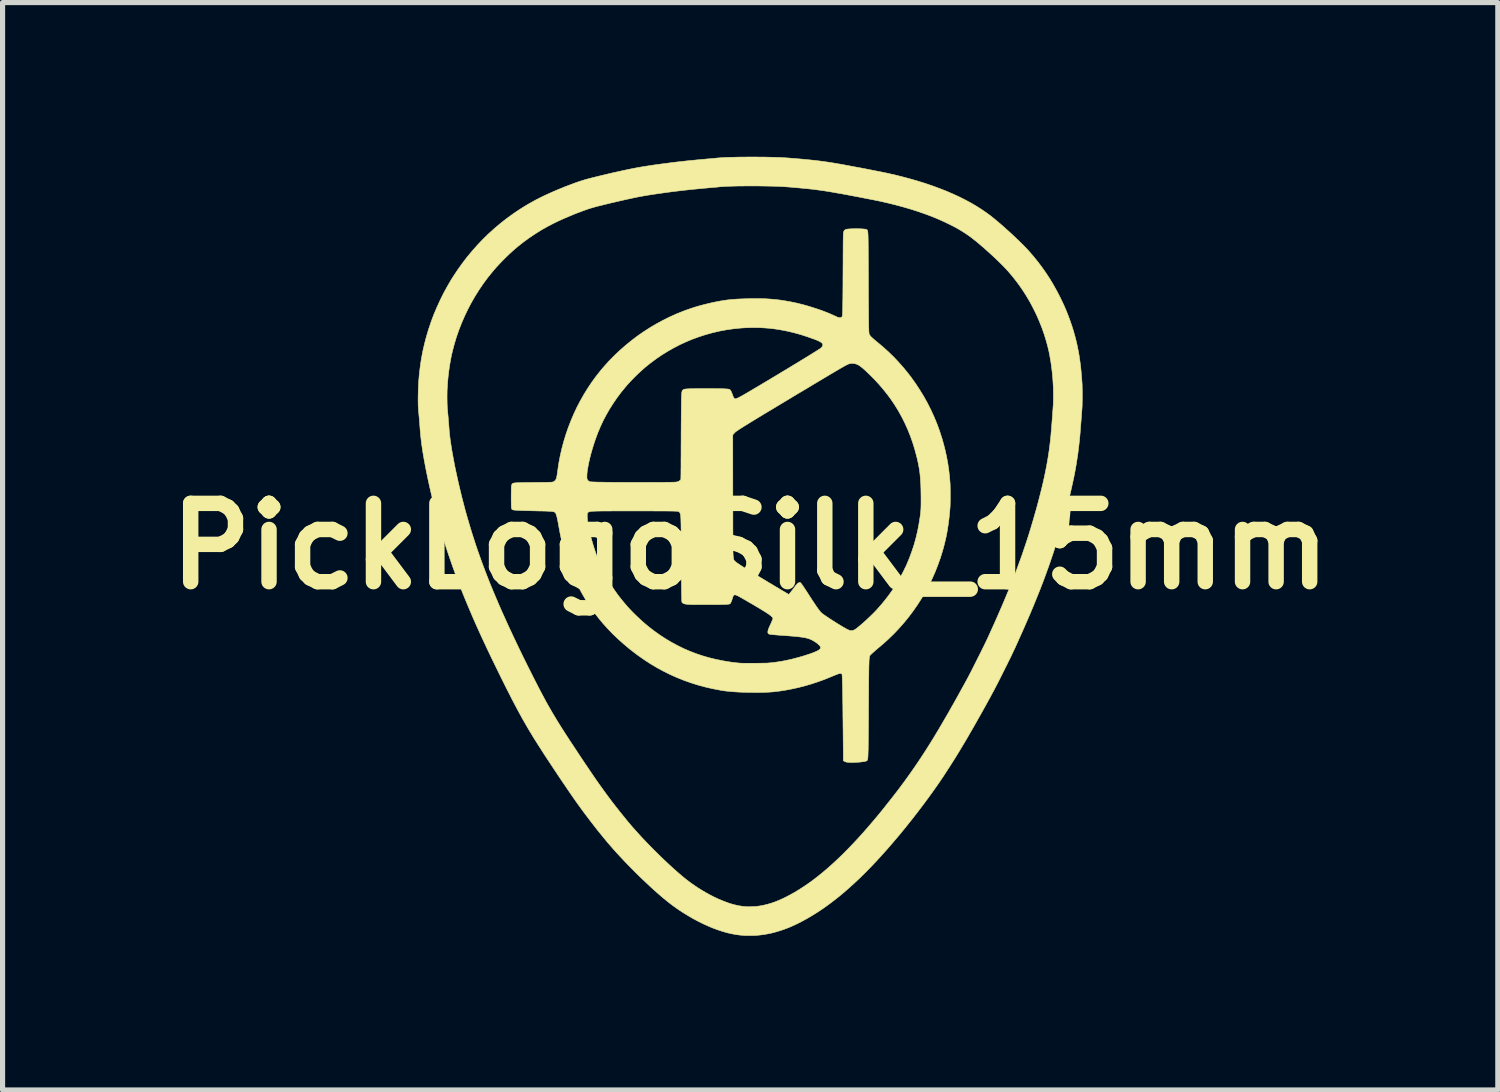
<source format=kicad_pcb>
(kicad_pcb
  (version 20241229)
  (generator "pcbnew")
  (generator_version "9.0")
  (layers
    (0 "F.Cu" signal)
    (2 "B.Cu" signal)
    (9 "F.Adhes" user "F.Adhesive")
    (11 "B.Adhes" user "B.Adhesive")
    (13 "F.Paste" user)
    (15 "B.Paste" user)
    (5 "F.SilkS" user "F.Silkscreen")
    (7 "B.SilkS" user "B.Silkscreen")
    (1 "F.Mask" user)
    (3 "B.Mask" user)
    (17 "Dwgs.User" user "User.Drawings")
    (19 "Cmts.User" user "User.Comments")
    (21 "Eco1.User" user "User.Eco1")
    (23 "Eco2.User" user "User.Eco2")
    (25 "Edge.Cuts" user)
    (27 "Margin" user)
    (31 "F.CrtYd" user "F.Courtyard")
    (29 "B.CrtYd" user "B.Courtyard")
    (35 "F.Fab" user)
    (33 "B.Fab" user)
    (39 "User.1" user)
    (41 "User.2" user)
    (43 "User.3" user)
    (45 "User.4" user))
  (footprint "PickLogoSilk_15mm"
    (layer "F.Cu")
    (at 11.546 7.578)
    (property "Reference" "PickLogoSilk_15mm" (at 0 0 0) (layer "F.SilkS") (effects (font (size 1.524 1.524) (thickness 0.3))))
    (attr through_hole)
    (fp_poly (pts (xy 0.139 -7.573) (xy 0.205 -7.572) (xy 0.27 -7.572) (xy 0.334 -7.571) (xy 0.396 -7.569) (xy 0.455 -7.568) (xy 0.512 -7.566) (xy 0.566 -7.564) (xy 0.58 -7.564) (xy 0.602 -7.563) (xy 0.623 -7.562) (xy 0.643 -7.56) (xy 0.663 -7.559) (xy 0.684 -7.558) (xy 0.706 -7.556) (xy 0.731 -7.555) (xy 0.758 -7.553) (xy 0.79 -7.55) (xy 0.825 -7.547) (xy 0.852 -7.545) (xy 0.913 -7.54) (xy 0.972 -7.535) (xy 1.027 -7.53) (xy 1.08 -7.525) (xy 1.132 -7.52) (xy 1.181 -7.515) (xy 1.23 -7.51) (xy 1.278 -7.505) (xy 1.325 -7.499) (xy 1.372 -7.493) (xy 1.419 -7.487) (xy 1.467 -7.48) (xy 1.516 -7.473) (xy 1.566 -7.465) (xy 1.618 -7.457) (xy 1.672 -7.448) (xy 1.729 -7.438) (xy 1.788 -7.428) (xy 1.85 -7.416) (xy 1.916 -7.404) (xy 1.985 -7.391) (xy 2.059 -7.377) (xy 2.137 -7.363) (xy 2.221 -7.347) (xy 2.282 -7.335) (xy 2.348 -7.322) (xy 2.409 -7.31) (xy 2.465 -7.299) (xy 2.518 -7.289) (xy 2.566 -7.279) (xy 2.612 -7.269) (xy 2.654 -7.261) (xy 2.695 -7.252) (xy 2.733 -7.243) (xy 2.77 -7.235) (xy 2.807 -7.227) (xy 2.843 -7.218) (xy 2.878 -7.209) (xy 2.915 -7.2) (xy 2.952 -7.191) (xy 2.958 -7.189) (xy 3.112 -7.148) (xy 3.261 -7.105) (xy 3.406 -7.06) (xy 3.546 -7.012) (xy 3.682 -6.962) (xy 3.812 -6.911) (xy 3.938 -6.857) (xy 4.06 -6.801) (xy 4.176 -6.743) (xy 4.287 -6.684) (xy 4.393 -6.622) (xy 4.494 -6.558) (xy 4.59 -6.493) (xy 4.681 -6.426) (xy 4.698 -6.412) (xy 4.738 -6.38) (xy 4.782 -6.344) (xy 4.827 -6.306) (xy 4.874 -6.266) (xy 4.922 -6.224) (xy 4.971 -6.18) (xy 5.02 -6.136) (xy 5.069 -6.092) (xy 5.117 -6.047) (xy 5.164 -6.003) (xy 5.21 -5.959) (xy 5.254 -5.917) (xy 5.295 -5.876) (xy 5.333 -5.838) (xy 5.368 -5.802) (xy 5.399 -5.769) (xy 5.408 -5.759) (xy 5.502 -5.651) (xy 5.591 -5.542) (xy 5.675 -5.431) (xy 5.755 -5.317) (xy 5.831 -5.201) (xy 5.903 -5.08) (xy 5.972 -4.956) (xy 6.031 -4.842) (xy 6.071 -4.758) (xy 6.109 -4.678) (xy 6.143 -4.598) (xy 6.176 -4.517) (xy 6.207 -4.434) (xy 6.224 -4.388) (xy 6.257 -4.292) (xy 6.287 -4.198) (xy 6.314 -4.103) (xy 6.339 -4.008) (xy 6.361 -3.913) (xy 6.381 -3.815) (xy 6.399 -3.716) (xy 6.414 -3.614) (xy 6.428 -3.509) (xy 6.439 -3.4) (xy 6.449 -3.287) (xy 6.457 -3.17) (xy 6.458 -3.157) (xy 6.459 -3.138) (xy 6.459 -3.115) (xy 6.46 -3.087) (xy 6.46 -3.057) (xy 6.461 -3.024) (xy 6.461 -2.989) (xy 6.461 -2.953) (xy 6.461 -2.917) (xy 6.461 -2.881) (xy 6.461 -2.846) (xy 6.46 -2.813) (xy 6.46 -2.783) (xy 6.459 -2.756) (xy 6.459 -2.733) (xy 6.458 -2.714) (xy 6.458 -2.712) (xy 6.457 -2.699) (xy 6.456 -2.68) (xy 6.454 -2.657) (xy 6.452 -2.63) (xy 6.45 -2.599) (xy 6.447 -2.566) (xy 6.445 -2.531) (xy 6.442 -2.494) (xy 6.439 -2.456) (xy 6.436 -2.418) (xy 6.433 -2.38) (xy 6.43 -2.343) (xy 6.427 -2.306) (xy 6.425 -2.272) (xy 6.422 -2.24) (xy 6.42 -2.211) (xy 6.418 -2.186) (xy 6.416 -2.165) (xy 6.415 -2.149) (xy 6.404 -2.037) (xy 6.391 -1.925) (xy 6.377 -1.812) (xy 6.36 -1.698) (xy 6.342 -1.582) (xy 6.321 -1.465) (xy 6.298 -1.346) (xy 6.272 -1.224) (xy 6.244 -1.1) (xy 6.214 -0.972) (xy 6.181 -0.841) (xy 6.146 -0.706) (xy 6.108 -0.567) (xy 6.079 -0.464) (xy 6.044 -0.343) (xy 6.008 -0.225) (xy 5.973 -0.109) (xy 5.937 0.006) (xy 5.9 0.119) (xy 5.862 0.232) (xy 5.824 0.344) (xy 5.784 0.456) (xy 5.743 0.569) (xy 5.701 0.682) (xy 5.657 0.797) (xy 5.611 0.913) (xy 5.563 1.031) (xy 5.514 1.152) (xy 5.462 1.276) (xy 5.408 1.402) (xy 5.351 1.533) (xy 5.292 1.668) (xy 5.244 1.774) (xy 5.225 1.817) (xy 5.207 1.858) (xy 5.19 1.895) (xy 5.174 1.93) (xy 5.159 1.963) (xy 5.145 1.994) (xy 5.13 2.024) (xy 5.116 2.054) (xy 5.102 2.084) (xy 5.088 2.114) (xy 5.073 2.146) (xy 5.057 2.178) (xy 5.04 2.213) (xy 5.021 2.25) (xy 5.002 2.29) (xy 4.98 2.333) (xy 4.956 2.381) (xy 4.931 2.432) (xy 4.919 2.455) (xy 4.895 2.504) (xy 4.873 2.547) (xy 4.853 2.587) (xy 4.835 2.623) (xy 4.818 2.656) (xy 4.803 2.686) (xy 4.788 2.713) (xy 4.775 2.739) (xy 4.762 2.764) (xy 4.75 2.787) (xy 4.738 2.811) (xy 4.725 2.834) (xy 4.712 2.857) (xy 4.699 2.882) (xy 4.685 2.908) (xy 4.679 2.92) (xy 4.607 3.05) (xy 4.538 3.175) (xy 4.471 3.295) (xy 4.405 3.411) (xy 4.342 3.523) (xy 4.279 3.631) (xy 4.219 3.736) (xy 4.159 3.837) (xy 4.1 3.935) (xy 4.043 4.03) (xy 3.986 4.122) (xy 3.929 4.212) (xy 3.873 4.3) (xy 3.817 4.386) (xy 3.762 4.471) (xy 3.706 4.554) (xy 3.65 4.636) (xy 3.593 4.717) (xy 3.536 4.797) (xy 3.478 4.877) (xy 3.419 4.957) (xy 3.359 5.038) (xy 3.298 5.118) (xy 3.236 5.199) (xy 3.172 5.282) (xy 3.126 5.34) (xy 3.011 5.484) (xy 2.897 5.623) (xy 2.784 5.756) (xy 2.673 5.885) (xy 2.563 6.008) (xy 2.455 6.126) (xy 2.347 6.24) (xy 2.241 6.348) (xy 2.136 6.452) (xy 2.031 6.55) (xy 1.928 6.644) (xy 1.825 6.734) (xy 1.723 6.819) (xy 1.621 6.899) (xy 1.52 6.975) (xy 1.419 7.047) (xy 1.319 7.114) (xy 1.219 7.177) (xy 1.119 7.236) (xy 1.019 7.291) (xy 0.929 7.338) (xy 0.872 7.365) (xy 0.819 7.389) (xy 0.767 7.412) (xy 0.716 7.432) (xy 0.663 7.452) (xy 0.608 7.471) (xy 0.601 7.473) (xy 0.511 7.501) (xy 0.423 7.525) (xy 0.335 7.543) (xy 0.247 7.558) (xy 0.157 7.568) (xy 0.11 7.572) (xy 0.097 7.573) (xy 0.08 7.573) (xy 0.059 7.574) (xy 0.035 7.574) (xy 0.01 7.574) (xy -0.016 7.574) (xy -0.041 7.574) (xy -0.064 7.574) (xy -0.085 7.574) (xy -0.102 7.573) (xy -0.113 7.573) (xy -0.197 7.566) (xy -0.281 7.555) (xy -0.364 7.539) (xy -0.449 7.52) (xy -0.535 7.495) (xy -0.542 7.493) (xy -0.633 7.463) (xy -0.725 7.429) (xy -0.82 7.389) (xy -0.915 7.346) (xy -1.01 7.299) (xy -1.106 7.248) (xy -1.2 7.193) (xy -1.294 7.136) (xy -1.386 7.076) (xy -1.476 7.013) (xy -1.563 6.948) (xy -1.576 6.938) (xy -1.632 6.893) (xy -1.692 6.844) (xy -1.754 6.791) (xy -1.818 6.735) (xy -1.884 6.676) (xy -1.952 6.614) (xy -2.021 6.549) (xy -2.091 6.483) (xy -2.162 6.415) (xy -2.233 6.345) (xy -2.303 6.274) (xy -2.373 6.203) (xy -2.442 6.132) (xy -2.509 6.06) (xy -2.575 5.989) (xy -2.639 5.919) (xy -2.653 5.903) (xy -2.715 5.832) (xy -2.779 5.758) (xy -2.844 5.679) (xy -2.911 5.597) (xy -2.98 5.512) (xy -3.048 5.424) (xy -3.117 5.335) (xy -3.186 5.244) (xy -3.255 5.152) (xy -3.322 5.06) (xy -3.388 4.968) (xy -3.448 4.882) (xy -3.482 4.833) (xy -3.519 4.779) (xy -3.558 4.722) (xy -3.599 4.661) (xy -3.642 4.598) (xy -3.685 4.534) (xy -3.73 4.468) (xy -3.774 4.401) (xy -3.819 4.334) (xy -3.863 4.267) (xy -3.906 4.202) (xy -3.949 4.137) (xy -3.989 4.076) (xy -4.028 4.016) (xy -4.064 3.96) (xy -4.073 3.945) (xy -4.112 3.885) (xy -4.15 3.825) (xy -4.187 3.767) (xy -4.223 3.709) (xy -4.257 3.652) (xy -4.292 3.595) (xy -4.326 3.538) (xy -4.359 3.481) (xy -4.392 3.423) (xy -4.426 3.364) (xy -4.459 3.304) (xy -4.493 3.242) (xy -4.527 3.179) (xy -4.562 3.113) (xy -4.598 3.045) (xy -4.635 2.975) (xy -4.672 2.901) (xy -4.711 2.825) (xy -4.752 2.744) (xy -4.794 2.66) (xy -4.838 2.572) (xy -4.883 2.48) (xy -4.931 2.382) (xy -4.962 2.318) (xy -5.043 2.152) (xy -5.12 1.99) (xy -5.194 1.832) (xy -5.265 1.678) (xy -5.333 1.527) (xy -5.398 1.379) (xy -5.46 1.234) (xy -5.52 1.091) (xy -5.578 0.95) (xy -5.633 0.811) (xy -5.686 0.674) (xy -5.737 0.538) (xy -5.786 0.403) (xy -5.833 0.268) (xy -5.879 0.134) (xy -5.923 0.000242) (xy -5.965 -0.134) (xy -5.984 -0.196) (xy -6.02 -0.315) (xy -6.054 -0.436) (xy -6.088 -0.559) (xy -6.122 -0.684) (xy -6.154 -0.81) (xy -6.185 -0.935) (xy -6.215 -1.061) (xy -6.243 -1.185) (xy -6.27 -1.309) (xy -6.295 -1.43) (xy -6.319 -1.549) (xy -6.34 -1.664) (xy -6.36 -1.776) (xy -6.377 -1.884) (xy -6.385 -1.937) (xy -6.391 -1.98) (xy -6.396 -2.019) (xy -6.401 -2.057) (xy -6.405 -2.093) (xy -6.409 -2.129) (xy -6.413 -2.166) (xy -6.417 -2.205) (xy -6.42 -2.248) (xy -6.424 -2.294) (xy -6.425 -2.31) (xy -6.428 -2.347) (xy -6.43 -2.38) (xy -6.433 -2.411) (xy -6.435 -2.441) (xy -6.438 -2.472) (xy -6.44 -2.503) (xy -6.444 -2.538) (xy -6.447 -2.578) (xy -6.447 -2.578) (xy -6.451 -2.614) (xy -6.453 -2.645) (xy -6.456 -2.674) (xy -6.457 -2.701) (xy -6.459 -2.728) (xy -6.46 -2.754) (xy -6.46 -2.782) (xy -6.461 -2.813) (xy -6.461 -2.847) (xy -6.461 -2.885) (xy -6.461 -2.891) (xy -6.46 -2.932) (xy -5.898 -2.932) (xy -5.898 -2.898) (xy -5.898 -2.864) (xy -5.897 -2.83) (xy -5.897 -2.797) (xy -5.896 -2.766) (xy -5.895 -2.738) (xy -5.894 -2.712) (xy -5.893 -2.692) (xy -5.892 -2.678) (xy -5.884 -2.592) (xy -5.876 -2.509) (xy -5.87 -2.429) (xy -5.866 -2.383) (xy -5.863 -2.343) (xy -5.86 -2.308) (xy -5.858 -2.277) (xy -5.856 -2.249) (xy -5.853 -2.224) (xy -5.851 -2.201) (xy -5.849 -2.179) (xy -5.846 -2.157) (xy -5.844 -2.135) (xy -5.842 -2.118) (xy -5.831 -2.037) (xy -5.818 -1.952) (xy -5.804 -1.862) (xy -5.787 -1.768) (xy -5.769 -1.671) (xy -5.75 -1.571) (xy -5.729 -1.469) (xy -5.706 -1.365) (xy -5.683 -1.259) (xy -5.658 -1.152) (xy -5.632 -1.044) (xy -5.606 -0.936) (xy -5.578 -0.829) (xy -5.55 -0.722) (xy -5.521 -0.617) (xy -5.493 -0.521) (xy -5.457 -0.398) (xy -5.42 -0.276) (xy -5.381 -0.153) (xy -5.341 -0.03) (xy -5.299 0.093) (xy -5.255 0.217) (xy -5.21 0.342) (xy -5.162 0.469) (xy -5.113 0.596) (xy -5.062 0.726) (xy -5.008 0.857) (xy -4.952 0.99) (xy -4.894 1.126) (xy -4.834 1.264) (xy -4.77 1.405) (xy -4.705 1.549) (xy -4.636 1.697) (xy -4.565 1.847) (xy -4.491 2.002) (xy -4.414 2.16) (xy -4.334 2.322) (xy -4.25 2.489) (xy -4.228 2.533) (xy -4.192 2.604) (xy -4.157 2.672) (xy -4.124 2.737) (xy -4.092 2.799) (xy -4.06 2.859) (xy -4.029 2.917) (xy -3.999 2.973) (xy -3.969 3.029) (xy -3.939 3.083) (xy -3.909 3.136) (xy -3.878 3.189) (xy -3.847 3.243) (xy -3.815 3.296) (xy -3.782 3.351) (xy -3.749 3.406) (xy -3.713 3.463) (xy -3.677 3.522) (xy -3.638 3.582) (xy -3.598 3.645) (xy -3.555 3.711) (xy -3.511 3.779) (xy -3.463 3.851) (xy -3.413 3.927) (xy -3.36 4.007) (xy -3.321 4.067) (xy -3.264 4.152) (xy -3.21 4.233) (xy -3.158 4.309) (xy -3.109 4.382) (xy -3.062 4.451) (xy -3.017 4.517) (xy -2.973 4.58) (xy -2.931 4.64) (xy -2.889 4.698) (xy -2.849 4.754) (xy -2.809 4.809) (xy -2.77 4.862) (xy -2.731 4.914) (xy -2.692 4.966) (xy -2.653 5.017) (xy -2.613 5.068) (xy -2.572 5.12) (xy -2.531 5.172) (xy -2.488 5.225) (xy -2.444 5.279) (xy -2.415 5.315) (xy -2.389 5.347) (xy -2.365 5.376) (xy -2.342 5.403) (xy -2.32 5.429) (xy -2.299 5.454) (xy -2.276 5.48) (xy -2.251 5.508) (xy -2.235 5.526) (xy -2.179 5.588) (xy -2.121 5.652) (xy -2.061 5.716) (xy -1.999 5.78) (xy -1.936 5.845) (xy -1.873 5.909) (xy -1.809 5.973) (xy -1.745 6.035) (xy -1.681 6.097) (xy -1.618 6.156) (xy -1.556 6.214) (xy -1.496 6.269) (xy -1.437 6.321) (xy -1.38 6.371) (xy -1.326 6.417) (xy -1.275 6.459) (xy -1.232 6.493) (xy -1.159 6.548) (xy -1.085 6.6) (xy -1.009 6.651) (xy -0.932 6.698) (xy -0.854 6.744) (xy -0.777 6.786) (xy -0.699 6.826) (xy -0.622 6.862) (xy -0.546 6.894) (xy -0.471 6.923) (xy -0.399 6.949) (xy -0.328 6.97) (xy -0.26 6.986) (xy -0.22 6.995) (xy -0.197 6.998) (xy -0.171 7.002) (xy -0.142 7.006) (xy -0.114 7.009) (xy -0.087 7.011) (xy -0.08 7.011) (xy -0.069 7.012) (xy -0.054 7.012) (xy -0.035 7.012) (xy -0.013 7.012) (xy 0.01 7.012) (xy 0.033 7.011) (xy 0.055 7.01) (xy 0.076 7.01) (xy 0.094 7.009) (xy 0.108 7.008) (xy 0.114 7.008) (xy 0.189 6.998) (xy 0.262 6.984) (xy 0.336 6.966) (xy 0.409 6.945) (xy 0.484 6.919) (xy 0.56 6.888) (xy 0.638 6.853) (xy 0.686 6.83) (xy 0.776 6.783) (xy 0.866 6.733) (xy 0.956 6.678) (xy 1.047 6.619) (xy 1.139 6.556) (xy 1.231 6.489) (xy 1.323 6.418) (xy 1.417 6.342) (xy 1.511 6.262) (xy 1.606 6.177) (xy 1.702 6.088) (xy 1.8 5.994) (xy 1.898 5.895) (xy 1.997 5.792) (xy 2.098 5.684) (xy 2.2 5.571) (xy 2.303 5.453) (xy 2.408 5.33) (xy 2.515 5.202) (xy 2.622 5.069) (xy 2.732 4.93) (xy 2.832 4.802) (xy 2.891 4.725) (xy 2.948 4.648) (xy 3.005 4.572) (xy 3.06 4.495) (xy 3.116 4.417) (xy 3.17 4.339) (xy 3.225 4.26) (xy 3.279 4.18) (xy 3.333 4.098) (xy 3.388 4.014) (xy 3.443 3.929) (xy 3.498 3.841) (xy 3.554 3.751) (xy 3.61 3.658) (xy 3.668 3.562) (xy 3.726 3.463) (xy 3.786 3.36) (xy 3.848 3.254) (xy 3.91 3.144) (xy 3.975 3.03) (xy 4.041 2.911) (xy 4.109 2.788) (xy 4.18 2.659) (xy 4.183 2.653) (xy 4.198 2.626) (xy 4.212 2.6) (xy 4.226 2.575) (xy 4.239 2.55) (xy 4.252 2.525) (xy 4.265 2.5) (xy 4.279 2.473) (xy 4.294 2.445) (xy 4.309 2.415) (xy 4.325 2.383) (xy 4.343 2.348) (xy 4.362 2.31) (xy 4.383 2.269) (xy 4.406 2.223) (xy 4.431 2.172) (xy 4.437 2.162) (xy 4.461 2.113) (xy 4.484 2.068) (xy 4.504 2.027) (xy 4.522 1.99) (xy 4.539 1.957) (xy 4.554 1.926) (xy 4.568 1.897) (xy 4.581 1.871) (xy 4.593 1.845) (xy 4.604 1.821) (xy 4.616 1.797) (xy 4.627 1.774) (xy 4.638 1.749) (xy 4.649 1.724) (xy 4.661 1.698) (xy 4.667 1.685) (xy 4.729 1.548) (xy 4.788 1.416) (xy 4.844 1.288) (xy 4.898 1.164) (xy 4.949 1.044) (xy 4.998 0.926) (xy 5.046 0.811) (xy 5.091 0.698) (xy 5.134 0.588) (xy 5.176 0.479) (xy 5.216 0.371) (xy 5.255 0.264) (xy 5.293 0.158) (xy 5.329 0.051) (xy 5.365 -0.055) (xy 5.4 -0.162) (xy 5.434 -0.27) (xy 5.467 -0.379) (xy 5.5 -0.49) (xy 5.533 -0.603) (xy 5.534 -0.608) (xy 5.572 -0.74) (xy 5.606 -0.868) (xy 5.638 -0.991) (xy 5.668 -1.11) (xy 5.696 -1.226) (xy 5.721 -1.338) (xy 5.744 -1.447) (xy 5.765 -1.554) (xy 5.784 -1.658) (xy 5.801 -1.761) (xy 5.816 -1.862) (xy 5.829 -1.962) (xy 5.841 -2.061) (xy 5.85 -2.155) (xy 5.852 -2.17) (xy 5.853 -2.19) (xy 5.855 -2.214) (xy 5.858 -2.242) (xy 5.86 -2.273) (xy 5.863 -2.307) (xy 5.866 -2.344) (xy 5.869 -2.381) (xy 5.872 -2.42) (xy 5.875 -2.459) (xy 5.878 -2.498) (xy 5.881 -2.536) (xy 5.883 -2.573) (xy 5.886 -2.608) (xy 5.888 -2.641) (xy 5.891 -2.671) (xy 5.892 -2.697) (xy 5.894 -2.72) (xy 5.895 -2.737) (xy 5.896 -2.747) (xy 5.897 -2.768) (xy 5.898 -2.793) (xy 5.898 -2.822) (xy 5.899 -2.854) (xy 5.899 -2.889) (xy 5.899 -2.924) (xy 5.899 -2.96) (xy 5.899 -2.996) (xy 5.898 -3.03) (xy 5.898 -3.062) (xy 5.897 -3.09) (xy 5.896 -3.115) (xy 5.896 -3.12) (xy 5.889 -3.241) (xy 5.879 -3.357) (xy 5.866 -3.469) (xy 5.851 -3.578) (xy 5.833 -3.684) (xy 5.813 -3.787) (xy 5.789 -3.888) (xy 5.764 -3.981) (xy 5.724 -4.113) (xy 5.678 -4.244) (xy 5.627 -4.373) (xy 5.571 -4.501) (xy 5.51 -4.626) (xy 5.445 -4.749) (xy 5.374 -4.869) (xy 5.333 -4.935) (xy 5.282 -5.012) (xy 5.227 -5.09) (xy 5.169 -5.167) (xy 5.11 -5.242) (xy 5.055 -5.308) (xy 5.012 -5.357) (xy 4.965 -5.408) (xy 4.913 -5.462) (xy 4.858 -5.517) (xy 4.799 -5.574) (xy 4.735 -5.635) (xy 4.667 -5.697) (xy 4.594 -5.763) (xy 4.564 -5.79) (xy 4.506 -5.84) (xy 4.452 -5.886) (xy 4.401 -5.929) (xy 4.351 -5.968) (xy 4.304 -6.005) (xy 4.256 -6.04) (xy 4.21 -6.072) (xy 4.163 -6.103) (xy 4.115 -6.133) (xy 4.066 -6.163) (xy 4.015 -6.192) (xy 3.961 -6.221) (xy 3.904 -6.25) (xy 3.872 -6.266) (xy 3.763 -6.318) (xy 3.649 -6.369) (xy 3.53 -6.418) (xy 3.406 -6.464) (xy 3.277 -6.509) (xy 3.144 -6.552) (xy 3.006 -6.593) (xy 2.864 -6.632) (xy 2.717 -6.669) (xy 2.566 -6.704) (xy 2.502 -6.718) (xy 2.489 -6.721) (xy 2.476 -6.723) (xy 2.462 -6.726) (xy 2.448 -6.729) (xy 2.432 -6.732) (xy 2.414 -6.736) (xy 2.394 -6.74) (xy 2.371 -6.744) (xy 2.346 -6.749) (xy 2.317 -6.755) (xy 2.285 -6.761) (xy 2.249 -6.768) (xy 2.209 -6.776) (xy 2.163 -6.785) (xy 2.113 -6.795) (xy 2.091 -6.799) (xy 2.001 -6.816) (xy 1.917 -6.832) (xy 1.837 -6.847) (xy 1.761 -6.861) (xy 1.69 -6.873) (xy 1.623 -6.885) (xy 1.559 -6.896) (xy 1.499 -6.906) (xy 1.441 -6.915) (xy 1.386 -6.923) (xy 1.333 -6.93) (xy 1.283 -6.937) (xy 1.234 -6.943) (xy 1.204 -6.947) (xy 1.172 -6.95) (xy 1.136 -6.954) (xy 1.096 -6.958) (xy 1.054 -6.962) (xy 1.009 -6.966) (xy 0.962 -6.971) (xy 0.915 -6.975) (xy 0.868 -6.979) (xy 0.823 -6.983) (xy 0.779 -6.987) (xy 0.738 -6.99) (xy 0.701 -6.993) (xy 0.668 -6.995) (xy 0.653 -6.996) (xy 0.611 -6.999) (xy 0.564 -7.001) (xy 0.514 -7.003) (xy 0.46 -7.005) (xy 0.403 -7.006) (xy 0.344 -7.007) (xy 0.283 -7.008) (xy 0.22 -7.009) (xy 0.157 -7.01) (xy 0.092 -7.01) (xy 0.028 -7.01) (xy -0.036 -7.01) (xy -0.099 -7.01) (xy -0.16 -7.009) (xy -0.22 -7.009) (xy -0.278 -7.008) (xy -0.333 -7.006) (xy -0.384 -7.005) (xy -0.432 -7.003) (xy -0.476 -7.001) (xy -0.515 -6.999) (xy -0.549 -6.997) (xy -0.553 -6.996) (xy -0.572 -6.995) (xy -0.595 -6.993) (xy -0.622 -6.99) (xy -0.653 -6.987) (xy -0.687 -6.984) (xy -0.724 -6.981) (xy -0.762 -6.977) (xy -0.801 -6.974) (xy -0.841 -6.97) (xy -0.88 -6.967) (xy -0.919 -6.963) (xy -0.957 -6.959) (xy -0.992 -6.956) (xy -1.025 -6.953) (xy -1.055 -6.95) (xy -1.081 -6.948) (xy -1.102 -6.945) (xy -1.118 -6.944) (xy -1.211 -6.934) (xy -1.304 -6.924) (xy -1.397 -6.913) (xy -1.489 -6.902) (xy -1.579 -6.89) (xy -1.667 -6.878) (xy -1.753 -6.866) (xy -1.836 -6.854) (xy -1.916 -6.842) (xy -1.992 -6.83) (xy -2.064 -6.818) (xy -2.13 -6.806) (xy -2.184 -6.796) (xy -2.226 -6.787) (xy -2.271 -6.778) (xy -2.32 -6.767) (xy -2.372 -6.756) (xy -2.427 -6.744) (xy -2.483 -6.731) (xy -2.54 -6.718) (xy -2.598 -6.705) (xy -2.656 -6.691) (xy -2.714 -6.678) (xy -2.77 -6.664) (xy -2.824 -6.651) (xy -2.876 -6.638) (xy -2.925 -6.626) (xy -2.97 -6.615) (xy -3.011 -6.604) (xy -3.047 -6.594) (xy -3.051 -6.593) (xy -3.095 -6.58) (xy -3.143 -6.565) (xy -3.194 -6.547) (xy -3.249 -6.528) (xy -3.306 -6.506) (xy -3.366 -6.484) (xy -3.426 -6.46) (xy -3.488 -6.434) (xy -3.55 -6.408) (xy -3.611 -6.382) (xy -3.672 -6.355) (xy -3.731 -6.328) (xy -3.788 -6.301) (xy -3.82 -6.285) (xy -3.942 -6.222) (xy -4.062 -6.154) (xy -4.18 -6.08) (xy -4.296 -6.003) (xy -4.408 -5.921) (xy -4.516 -5.836) (xy -4.57 -5.791) (xy -4.631 -5.737) (xy -4.694 -5.679) (xy -4.757 -5.618) (xy -4.819 -5.556) (xy -4.88 -5.492) (xy -4.939 -5.429) (xy -4.993 -5.366) (xy -5.019 -5.335) (xy -5.11 -5.222) (xy -5.196 -5.106) (xy -5.277 -4.986) (xy -5.354 -4.863) (xy -5.427 -4.737) (xy -5.494 -4.608) (xy -5.557 -4.477) (xy -5.615 -4.343) (xy -5.668 -4.207) (xy -5.716 -4.069) (xy -5.758 -3.929) (xy -5.789 -3.811) (xy -5.812 -3.716) (xy -5.831 -3.616) (xy -5.849 -3.513) (xy -5.864 -3.406) (xy -5.877 -3.297) (xy -5.887 -3.186) (xy -5.894 -3.075) (xy -5.896 -3.044) (xy -5.897 -3.021) (xy -5.897 -2.994) (xy -5.898 -2.964) (xy -5.898 -2.932) (xy -6.46 -2.932) (xy -6.458 -3.05) (xy -6.45 -3.209) (xy -6.436 -3.368) (xy -6.416 -3.527) (xy -6.398 -3.645) (xy -6.371 -3.79) (xy -6.338 -3.934) (xy -6.3 -4.079) (xy -6.257 -4.222) (xy -6.209 -4.365) (xy -6.156 -4.507) (xy -6.097 -4.646) (xy -6.034 -4.784) (xy -5.967 -4.92) (xy -5.894 -5.053) (xy -5.818 -5.184) (xy -5.778 -5.247) (xy -5.692 -5.377) (xy -5.602 -5.503) (xy -5.508 -5.626) (xy -5.409 -5.745) (xy -5.307 -5.86) (xy -5.201 -5.972) (xy -5.091 -6.079) (xy -4.977 -6.182) (xy -4.86 -6.281) (xy -4.74 -6.375) (xy -4.616 -6.465) (xy -4.542 -6.516) (xy -4.468 -6.564) (xy -4.394 -6.611) (xy -4.32 -6.655) (xy -4.245 -6.697) (xy -4.169 -6.739) (xy -4.091 -6.779) (xy -4.01 -6.819) (xy -3.925 -6.858) (xy -3.835 -6.898) (xy -3.77 -6.926) (xy -3.69 -6.959) (xy -3.613 -6.991) (xy -3.537 -7.02) (xy -3.465 -7.047) (xy -3.397 -7.072) (xy -3.332 -7.095) (xy -3.271 -7.114) (xy -3.214 -7.132) (xy -3.188 -7.139) (xy -3.147 -7.15) (xy -3.101 -7.162) (xy -3.051 -7.175) (xy -2.997 -7.188) (xy -2.941 -7.202) (xy -2.883 -7.216) (xy -2.823 -7.23) (xy -2.762 -7.245) (xy -2.701 -7.259) (xy -2.64 -7.273) (xy -2.58 -7.286) (xy -2.521 -7.299) (xy -2.465 -7.312) (xy -2.411 -7.323) (xy -2.361 -7.334) (xy -2.314 -7.343) (xy -2.273 -7.352) (xy -2.257 -7.354) (xy -2.18 -7.369) (xy -2.097 -7.383) (xy -2.01 -7.397) (xy -1.919 -7.411) (xy -1.824 -7.425) (xy -1.726 -7.438) (xy -1.626 -7.451) (xy -1.525 -7.464) (xy -1.421 -7.477) (xy -1.318 -7.488) (xy -1.213 -7.5) (xy -1.11 -7.51) (xy -1.098 -7.511) (xy -1.076 -7.513) (xy -1.05 -7.516) (xy -1.021 -7.519) (xy -0.989 -7.521) (xy -0.955 -7.525) (xy -0.92 -7.528) (xy -0.883 -7.531) (xy -0.846 -7.535) (xy -0.809 -7.538) (xy -0.773 -7.541) (xy -0.739 -7.544) (xy -0.706 -7.547) (xy -0.676 -7.55) (xy -0.648 -7.553) (xy -0.625 -7.555) (xy -0.606 -7.556) (xy -0.592 -7.557) (xy -0.588 -7.558) (xy -0.553 -7.56) (xy -0.513 -7.563) (xy -0.468 -7.565) (xy -0.418 -7.566) (xy -0.365 -7.568) (xy -0.309 -7.569) (xy -0.249 -7.571) (xy -0.188 -7.572) (xy -0.124 -7.572) (xy -0.059 -7.573) (xy 0.007 -7.573) (xy 0.073 -7.573) (xy 0.139 -7.573)) (stroke (width 0.01) (type solid)) (fill yes) (layer "F.SilkS"))
    (fp_poly (pts (xy 2.091 -6.178) (xy 2.121 -6.177) (xy 2.151 -6.176) (xy 2.178 -6.175) (xy 2.202 -6.173) (xy 2.223 -6.171) (xy 2.24 -6.169) (xy 2.244 -6.168) (xy 2.258 -6.165) (xy 2.269 -6.16) (xy 2.277 -6.154) (xy 2.282 -6.145) (xy 2.286 -6.132) (xy 2.288 -6.115) (xy 2.289 -6.112) (xy 2.29 -6.105) (xy 2.29 -6.096) (xy 2.291 -6.086) (xy 2.292 -6.074) (xy 2.292 -6.061) (xy 2.293 -6.045) (xy 2.294 -6.027) (xy 2.294 -6.007) (xy 2.295 -5.985) (xy 2.295 -5.959) (xy 2.296 -5.931) (xy 2.296 -5.9) (xy 2.296 -5.865) (xy 2.297 -5.827) (xy 2.297 -5.785) (xy 2.297 -5.739) (xy 2.298 -5.689) (xy 2.298 -5.635) (xy 2.298 -5.577) (xy 2.299 -5.514) (xy 2.299 -5.446) (xy 2.299 -5.373) (xy 2.3 -5.295) (xy 2.3 -5.212) (xy 2.3 -5.148) (xy 2.3 -5.058) (xy 2.301 -4.973) (xy 2.301 -4.894) (xy 2.301 -4.82) (xy 2.302 -4.751) (xy 2.302 -4.687) (xy 2.302 -4.627) (xy 2.303 -4.572) (xy 2.303 -4.52) (xy 2.303 -4.473) (xy 2.304 -4.43) (xy 2.304 -4.391) (xy 2.305 -4.355) (xy 2.305 -4.322) (xy 2.306 -4.293) (xy 2.306 -4.267) (xy 2.307 -4.243) (xy 2.308 -4.222) (xy 2.308 -4.204) (xy 2.309 -4.188) (xy 2.31 -4.174) (xy 2.311 -4.162) (xy 2.312 -4.152) (xy 2.313 -4.143) (xy 2.314 -4.136) (xy 2.315 -4.13) (xy 2.317 -4.125) (xy 2.318 -4.121) (xy 2.32 -4.118) (xy 2.327 -4.106) (xy 2.338 -4.092) (xy 2.352 -4.076) (xy 2.371 -4.058) (xy 2.393 -4.038) (xy 2.419 -4.015) (xy 2.45 -3.989) (xy 2.476 -3.968) (xy 2.586 -3.876) (xy 2.693 -3.779) (xy 2.797 -3.678) (xy 2.896 -3.572) (xy 2.992 -3.463) (xy 3.084 -3.349) (xy 3.133 -3.285) (xy 3.219 -3.164) (xy 3.3 -3.041) (xy 3.377 -2.915) (xy 3.448 -2.787) (xy 3.514 -2.656) (xy 3.576 -2.522) (xy 3.632 -2.387) (xy 3.683 -2.249) (xy 3.728 -2.109) (xy 3.734 -2.091) (xy 3.768 -1.969) (xy 3.798 -1.849) (xy 3.824 -1.728) (xy 3.846 -1.607) (xy 3.864 -1.484) (xy 3.878 -1.358) (xy 3.889 -1.228) (xy 3.89 -1.215) (xy 3.891 -1.197) (xy 3.891 -1.174) (xy 3.892 -1.148) (xy 3.892 -1.117) (xy 3.893 -1.084) (xy 3.893 -1.05) (xy 3.893 -1.014) (xy 3.893 -0.977) (xy 3.893 -0.941) (xy 3.893 -0.907) (xy 3.892 -0.874) (xy 3.892 -0.843) (xy 3.891 -0.816) (xy 3.891 -0.793) (xy 3.89 -0.775) (xy 3.89 -0.775) (xy 3.88 -0.648) (xy 3.867 -0.526) (xy 3.851 -0.407) (xy 3.833 -0.291) (xy 3.811 -0.178) (xy 3.785 -0.066) (xy 3.756 0.045) (xy 3.723 0.156) (xy 3.7 0.229) (xy 3.651 0.366) (xy 3.598 0.501) (xy 3.539 0.634) (xy 3.475 0.764) (xy 3.407 0.892) (xy 3.333 1.017) (xy 3.255 1.139) (xy 3.172 1.258) (xy 3.085 1.374) (xy 2.994 1.486) (xy 2.898 1.595) (xy 2.798 1.701) (xy 2.694 1.802) (xy 2.655 1.838) (xy 2.628 1.862) (xy 2.598 1.889) (xy 2.564 1.918) (xy 2.527 1.95) (xy 2.496 1.975) (xy 2.474 1.994) (xy 2.452 2.013) (xy 2.43 2.032) (xy 2.409 2.051) (xy 2.389 2.069) (xy 2.372 2.084) (xy 2.357 2.098) (xy 2.346 2.109) (xy 2.343 2.112) (xy 2.334 2.121) (xy 2.329 2.128) (xy 2.325 2.134) (xy 2.323 2.142) (xy 2.321 2.149) (xy 2.32 2.157) (xy 2.319 2.165) (xy 2.318 2.176) (xy 2.316 2.187) (xy 2.315 2.201) (xy 2.314 2.216) (xy 2.313 2.234) (xy 2.312 2.254) (xy 2.312 2.277) (xy 2.311 2.302) (xy 2.31 2.331) (xy 2.309 2.362) (xy 2.309 2.397) (xy 2.308 2.435) (xy 2.308 2.477) (xy 2.307 2.523) (xy 2.306 2.573) (xy 2.306 2.627) (xy 2.305 2.685) (xy 2.305 2.748) (xy 2.305 2.816) (xy 2.304 2.889) (xy 2.304 2.967) (xy 2.303 3.05) (xy 2.303 3.097) (xy 2.302 3.189) (xy 2.302 3.276) (xy 2.302 3.357) (xy 2.301 3.432) (xy 2.301 3.503) (xy 2.3 3.57) (xy 2.3 3.631) (xy 2.299 3.688) (xy 2.299 3.741) (xy 2.298 3.789) (xy 2.297 3.834) (xy 2.297 3.875) (xy 2.296 3.912) (xy 2.296 3.946) (xy 2.295 3.977) (xy 2.294 4.004) (xy 2.293 4.029) (xy 2.293 4.05) (xy 2.292 4.07) (xy 2.291 4.086) (xy 2.29 4.101) (xy 2.289 4.113) (xy 2.288 4.124) (xy 2.287 4.132) (xy 2.286 4.139) (xy 2.282 4.154) (xy 2.278 4.164) (xy 2.272 4.171) (xy 2.263 4.177) (xy 2.262 4.177) (xy 2.247 4.182) (xy 2.228 4.187) (xy 2.203 4.191) (xy 2.174 4.195) (xy 2.141 4.199) (xy 2.105 4.202) (xy 2.065 4.204) (xy 2.05 4.205) (xy 2.027 4.206) (xy 2.007 4.207) (xy 1.991 4.207) (xy 1.977 4.207) (xy 1.964 4.207) (xy 1.95 4.207) (xy 1.934 4.206) (xy 1.92 4.205) (xy 1.899 4.203) (xy 1.882 4.201) (xy 1.869 4.199) (xy 1.857 4.195) (xy 1.845 4.19) (xy 1.834 4.185) (xy 1.812 4.173) (xy 1.812 4.115) (xy 1.812 4.093) (xy 1.812 4.066) (xy 1.812 4.034) (xy 1.811 3.998) (xy 1.811 3.957) (xy 1.811 3.913) (xy 1.81 3.865) (xy 1.81 3.815) (xy 1.809 3.762) (xy 1.809 3.707) (xy 1.808 3.65) (xy 1.808 3.592) (xy 1.807 3.533) (xy 1.806 3.474) (xy 1.806 3.414) (xy 1.805 3.355) (xy 1.804 3.296) (xy 1.804 3.239) (xy 1.803 3.182) (xy 1.803 3.128) (xy 1.802 3.076) (xy 1.801 3.027) (xy 1.801 2.98) (xy 1.8 2.937) (xy 1.799 2.898) (xy 1.799 2.863) (xy 1.798 2.833) (xy 1.798 2.808) (xy 1.798 2.797) (xy 1.797 2.757) (xy 1.796 2.719) (xy 1.795 2.683) (xy 1.794 2.648) (xy 1.793 2.616) (xy 1.792 2.586) (xy 1.791 2.56) (xy 1.79 2.537) (xy 1.789 2.519) (xy 1.788 2.505) (xy 1.787 2.496) (xy 1.787 2.493) (xy 1.781 2.483) (xy 1.772 2.477) (xy 1.759 2.475) (xy 1.756 2.475) (xy 1.749 2.475) (xy 1.741 2.476) (xy 1.732 2.478) (xy 1.721 2.481) (xy 1.709 2.485) (xy 1.694 2.491) (xy 1.675 2.498) (xy 1.654 2.506) (xy 1.628 2.517) (xy 1.598 2.529) (xy 1.577 2.538) (xy 1.449 2.59) (xy 1.322 2.636) (xy 1.196 2.678) (xy 1.069 2.715) (xy 0.942 2.748) (xy 0.814 2.776) (xy 0.683 2.801) (xy 0.619 2.811) (xy 0.574 2.818) (xy 0.531 2.823) (xy 0.489 2.828) (xy 0.447 2.833) (xy 0.406 2.836) (xy 0.364 2.839) (xy 0.32 2.841) (xy 0.273 2.843) (xy 0.224 2.844) (xy 0.17 2.845) (xy 0.112 2.845) (xy 0.107 2.845) (xy 0.019 2.844) (xy -0.065 2.843) (xy -0.143 2.841) (xy -0.217 2.838) (xy -0.287 2.834) (xy -0.353 2.829) (xy -0.416 2.823) (xy -0.476 2.817) (xy -0.533 2.809) (xy -0.587 2.8) (xy -0.59 2.799) (xy -0.735 2.771) (xy -0.878 2.738) (xy -1.018 2.7) (xy -1.155 2.657) (xy -1.29 2.609) (xy -1.423 2.556) (xy -1.553 2.498) (xy -1.682 2.434) (xy -1.808 2.366) (xy -1.933 2.292) (xy -2.055 2.213) (xy -2.176 2.128) (xy -2.231 2.088) (xy -2.349 1.996) (xy -2.461 1.902) (xy -2.569 1.806) (xy -2.672 1.708) (xy -2.769 1.607) (xy -2.862 1.504) (xy -2.95 1.398) (xy -3.033 1.29) (xy -3.112 1.179) (xy -3.186 1.064) (xy -3.217 1.014) (xy -3.262 0.936) (xy -3.307 0.854) (xy -3.351 0.77) (xy -3.393 0.684) (xy -3.434 0.598) (xy -3.471 0.513) (xy -3.506 0.429) (xy -3.53 0.367) (xy -3.551 0.31) (xy -3.57 0.253) (xy -3.589 0.195) (xy -3.607 0.137) (xy -3.624 0.077) (xy -3.64 0.014) (xy -3.656 -0.051) (xy -3.671 -0.119) (xy -3.687 -0.191) (xy -3.702 -0.267) (xy -3.717 -0.348) (xy -3.727 -0.402) (xy -3.735 -0.446) (xy -3.742 -0.485) (xy -3.749 -0.518) (xy -3.755 -0.548) (xy -3.761 -0.573) (xy -3.766 -0.594) (xy -3.768 -0.6) (xy -3.171 -0.6) (xy -3.17 -0.581) (xy -3.17 -0.56) (xy -3.168 -0.539) (xy -3.167 -0.517) (xy -3.165 -0.497) (xy -3.164 -0.488) (xy -3.156 -0.434) (xy -3.145 -0.376) (xy -3.133 -0.314) (xy -3.118 -0.249) (xy -3.101 -0.182) (xy -3.082 -0.114) (xy -3.061 -0.044) (xy -3.04 0.026) (xy -3.017 0.095) (xy -2.993 0.164) (xy -2.968 0.23) (xy -2.942 0.295) (xy -2.917 0.356) (xy -2.901 0.391) (xy -2.845 0.509) (xy -2.783 0.624) (xy -2.717 0.737) (xy -2.645 0.847) (xy -2.569 0.954) (xy -2.487 1.058) (xy -2.401 1.16) (xy -2.385 1.178) (xy -2.354 1.212) (xy -2.319 1.249) (xy -2.282 1.287) (xy -2.243 1.326) (xy -2.203 1.364) (xy -2.163 1.402) (xy -2.125 1.438) (xy -2.088 1.471) (xy -2.079 1.479) (xy -1.973 1.568) (xy -1.864 1.652) (xy -1.754 1.73) (xy -1.642 1.803) (xy -1.527 1.871) (xy -1.41 1.934) (xy -1.292 1.992) (xy -1.171 2.044) (xy -1.048 2.091) (xy -0.923 2.133) (xy -0.826 2.161) (xy -0.767 2.177) (xy -0.705 2.192) (xy -0.642 2.206) (xy -0.577 2.219) (xy -0.511 2.232) (xy -0.446 2.243) (xy -0.383 2.253) (xy -0.322 2.261) (xy -0.263 2.268) (xy -0.209 2.273) (xy -0.179 2.275) (xy -0.168 2.275) (xy -0.152 2.276) (xy -0.132 2.276) (xy -0.108 2.276) (xy -0.08 2.276) (xy -0.05 2.276) (xy -0.017 2.276) (xy 0.017 2.276) (xy 0.052 2.276) (xy 0.088 2.276) (xy 0.123 2.276) (xy 0.158 2.276) (xy 0.192 2.275) (xy 0.224 2.275) (xy 0.254 2.274) (xy 0.281 2.274) (xy 0.304 2.274) (xy 0.324 2.273) (xy 0.339 2.273) (xy 0.347 2.272) (xy 0.434 2.264) (xy 0.525 2.252) (xy 0.619 2.237) (xy 0.715 2.218) (xy 0.813 2.196) (xy 0.912 2.17) (xy 1.013 2.142) (xy 1.113 2.11) (xy 1.153 2.097) (xy 1.197 2.082) (xy 1.235 2.067) (xy 1.269 2.053) (xy 1.297 2.041) (xy 1.32 2.028) (xy 1.339 2.017) (xy 1.353 2.006) (xy 1.362 1.995) (xy 1.368 1.982) (xy 1.369 1.968) (xy 1.365 1.954) (xy 1.365 1.954) (xy 1.356 1.939) (xy 1.342 1.924) (xy 1.324 1.907) (xy 1.303 1.889) (xy 1.28 1.872) (xy 1.254 1.855) (xy 1.228 1.839) (xy 1.204 1.826) (xy 1.187 1.818) (xy 1.171 1.811) (xy 1.154 1.804) (xy 1.137 1.798) (xy 1.119 1.792) (xy 1.099 1.787) (xy 1.078 1.782) (xy 1.055 1.777) (xy 1.03 1.773) (xy 1.002 1.769) (xy 0.971 1.765) (xy 0.937 1.761) (xy 0.9 1.757) (xy 0.859 1.753) (xy 0.814 1.749) (xy 0.764 1.745) (xy 0.71 1.741) (xy 0.65 1.736) (xy 0.598 1.733) (xy 0.566 1.731) (xy 0.534 1.728) (xy 0.504 1.726) (xy 0.474 1.723) (xy 0.448 1.72) (xy 0.424 1.718) (xy 0.404 1.716) (xy 0.389 1.714) (xy 0.382 1.713) (xy 0.366 1.708) (xy 0.354 1.701) (xy 0.347 1.69) (xy 0.343 1.676) (xy 0.344 1.658) (xy 0.348 1.636) (xy 0.356 1.61) (xy 0.357 1.606) (xy 0.362 1.595) (xy 0.368 1.58) (xy 0.376 1.563) (xy 0.384 1.544) (xy 0.393 1.526) (xy 0.394 1.524) (xy 0.408 1.494) (xy 0.419 1.468) (xy 0.428 1.446) (xy 0.435 1.428) (xy 0.44 1.414) (xy 0.44 1.412) (xy 0.442 1.404) (xy 0.441 1.396) (xy 0.437 1.389) (xy 0.43 1.38) (xy 0.419 1.369) (xy 0.419 1.369) (xy 0.408 1.359) (xy 0.396 1.349) (xy 0.382 1.338) (xy 0.365 1.325) (xy 0.345 1.312) (xy 0.322 1.297) (xy 0.297 1.28) (xy 0.267 1.262) (xy 0.235 1.242) (xy 0.198 1.219) (xy 0.158 1.195) (xy 0.113 1.169) (xy 0.064 1.139) (xy 0.01 1.108) (xy 0.007 1.106) (xy -0.036 1.082) (xy -0.074 1.059) (xy -0.107 1.04) (xy -0.137 1.023) (xy -0.163 1.008) (xy -0.186 0.995) (xy -0.206 0.984) (xy -0.223 0.975) (xy -0.237 0.967) (xy -0.25 0.961) (xy -0.26 0.956) (xy -0.269 0.953) (xy -0.276 0.95) (xy -0.283 0.948) (xy -0.289 0.947) (xy -0.293 0.947) (xy -0.303 0.946) (xy -0.311 0.948) (xy -0.319 0.953) (xy -0.326 0.962) (xy -0.332 0.974) (xy -0.339 0.99) (xy -0.345 1.011) (xy -0.349 1.023) (xy -0.355 1.043) (xy -0.362 1.062) (xy -0.369 1.08) (xy -0.377 1.096) (xy -0.384 1.109) (xy -0.39 1.117) (xy -0.39 1.117) (xy -0.394 1.12) (xy -0.399 1.122) (xy -0.406 1.124) (xy -0.415 1.126) (xy -0.426 1.128) (xy -0.44 1.129) (xy -0.456 1.13) (xy -0.476 1.132) (xy -0.499 1.133) (xy -0.526 1.133) (xy -0.556 1.134) (xy -0.59 1.135) (xy -0.629 1.135) (xy -0.672 1.135) (xy -0.72 1.136) (xy -0.773 1.136) (xy -0.832 1.136) (xy -0.855 1.136) (xy -0.907 1.136) (xy -0.954 1.136) (xy -0.996 1.136) (xy -1.034 1.136) (xy -1.067 1.135) (xy -1.096 1.135) (xy -1.122 1.135) (xy -1.145 1.134) (xy -1.165 1.134) (xy -1.182 1.133) (xy -1.198 1.132) (xy -1.211 1.131) (xy -1.223 1.13) (xy -1.234 1.129) (xy -1.245 1.127) (xy -1.255 1.126) (xy -1.261 1.125) (xy -1.285 1.119) (xy -1.304 1.111) (xy -1.318 1.101) (xy -1.327 1.09) (xy -1.328 1.088) (xy -1.329 1.084) (xy -1.33 1.078) (xy -1.331 1.069) (xy -1.332 1.057) (xy -1.332 1.042) (xy -1.333 1.023) (xy -1.334 1.002) (xy -1.334 0.976) (xy -1.335 0.947) (xy -1.336 0.914) (xy -1.336 0.877) (xy -1.337 0.836) (xy -1.337 0.79) (xy -1.338 0.74) (xy -1.338 0.686) (xy -1.339 0.627) (xy -1.339 0.562) (xy -1.339 0.493) (xy -1.34 0.419) (xy -1.34 0.339) (xy -1.341 0.26) (xy -1.341 0.176) (xy -1.341 0.097) (xy -1.342 0.024) (xy -1.342 -0.044) (xy -1.343 -0.107) (xy -1.343 -0.166) (xy -1.343 -0.22) (xy -1.344 -0.269) (xy -1.344 -0.315) (xy -1.345 -0.356) (xy -1.346 -0.394) (xy -1.346 -0.428) (xy -1.347 -0.459) (xy -1.348 -0.487) (xy -1.348 -0.511) (xy -1.349 -0.533) (xy -1.35 -0.552) (xy -1.351 -0.569) (xy -1.352 -0.584) (xy -1.353 -0.596) (xy -1.355 -0.606) (xy -1.356 -0.615) (xy -1.357 -0.622) (xy -1.359 -0.628) (xy -1.36 -0.633) (xy -1.369 -0.651) (xy -1.379 -0.665) (xy -1.391 -0.675) (xy -1.393 -0.676) (xy -1.396 -0.677) (xy -1.4 -0.678) (xy -1.406 -0.679) (xy -1.414 -0.68) (xy -1.423 -0.68) (xy -1.435 -0.681) (xy -1.449 -0.682) (xy -1.466 -0.683) (xy -1.485 -0.683) (xy -1.507 -0.684) (xy -1.532 -0.684) (xy -1.56 -0.685) (xy -1.592 -0.685) (xy -1.627 -0.685) (xy -1.666 -0.686) (xy -1.709 -0.686) (xy -1.756 -0.686) (xy -1.807 -0.686) (xy -1.863 -0.686) (xy -1.924 -0.687) (xy -1.989 -0.687) (xy -2.059 -0.687) (xy -2.135 -0.687) (xy -2.216 -0.687) (xy -2.245 -0.687) (xy -2.328 -0.687) (xy -2.405 -0.687) (xy -2.477 -0.687) (xy -2.544 -0.687) (xy -2.607 -0.687) (xy -2.664 -0.687) (xy -2.717 -0.686) (xy -2.766 -0.686) (xy -2.811 -0.686) (xy -2.851 -0.686) (xy -2.889 -0.685) (xy -2.922 -0.685) (xy -2.952 -0.684) (xy -2.98 -0.684) (xy -3.004 -0.683) (xy -3.026 -0.682) (xy -3.045 -0.682) (xy -3.061 -0.681) (xy -3.076 -0.68) (xy -3.089 -0.678) (xy -3.099 -0.677) (xy -3.109 -0.676) (xy -3.117 -0.674) (xy -3.124 -0.673) (xy -3.13 -0.671) (xy -3.135 -0.669) (xy -3.139 -0.667) (xy -3.141 -0.667) (xy -3.153 -0.66) (xy -3.161 -0.652) (xy -3.166 -0.641) (xy -3.169 -0.627) (xy -3.17 -0.625) (xy -3.17 -0.615) (xy -3.171 -0.6) (xy -3.768 -0.6) (xy -3.772 -0.612) (xy -3.777 -0.626) (xy -3.783 -0.638) (xy -3.789 -0.648) (xy -3.795 -0.655) (xy -3.802 -0.661) (xy -3.806 -0.664) (xy -3.813 -0.667) (xy -3.821 -0.67) (xy -3.831 -0.672) (xy -3.844 -0.675) (xy -3.859 -0.677) (xy -3.878 -0.678) (xy -3.9 -0.68) (xy -3.926 -0.681) (xy -3.957 -0.683) (xy -3.992 -0.684) (xy -4.032 -0.685) (xy -4.068 -0.686) (xy -4.101 -0.686) (xy -4.138 -0.687) (xy -4.178 -0.688) (xy -4.218 -0.689) (xy -4.257 -0.69) (xy -4.294 -0.691) (xy -4.322 -0.692) (xy -4.374 -0.693) (xy -4.42 -0.694) (xy -4.461 -0.696) (xy -4.497 -0.697) (xy -4.528 -0.699) (xy -4.554 -0.701) (xy -4.577 -0.702) (xy -4.595 -0.704) (xy -4.609 -0.707) (xy -4.62 -0.709) (xy -4.62 -0.709) (xy -4.629 -0.713) (xy -4.636 -0.719) (xy -4.64 -0.728) (xy -4.644 -0.742) (xy -4.646 -0.751) (xy -4.647 -0.758) (xy -4.647 -0.771) (xy -4.648 -0.788) (xy -4.649 -0.809) (xy -4.649 -0.833) (xy -4.649 -0.86) (xy -4.65 -0.889) (xy -4.65 -0.919) (xy -4.65 -0.95) (xy -4.65 -0.981) (xy -4.65 -1.012) (xy -4.649 -1.041) (xy -4.649 -1.069) (xy -4.649 -1.095) (xy -4.648 -1.118) (xy -4.648 -1.138) (xy -4.647 -1.153) (xy -4.646 -1.164) (xy -4.646 -1.167) (xy -4.642 -1.189) (xy -4.635 -1.206) (xy -4.628 -1.217) (xy -4.622 -1.222) (xy -4.618 -1.224) (xy -4.612 -1.226) (xy -4.606 -1.228) (xy -4.597 -1.23) (xy -4.587 -1.231) (xy -4.575 -1.233) (xy -4.56 -1.234) (xy -4.543 -1.235) (xy -4.523 -1.236) (xy -4.499 -1.237) (xy -4.472 -1.238) (xy -4.441 -1.239) (xy -4.407 -1.239) (xy -4.367 -1.24) (xy -4.323 -1.24) (xy -4.275 -1.241) (xy -4.221 -1.241) (xy -4.178 -1.242) (xy -4.129 -1.242) (xy -4.082 -1.243) (xy -4.04 -1.243) (xy -4.001 -1.244) (xy -3.966 -1.244) (xy -3.936 -1.245) (xy -3.91 -1.245) (xy -3.888 -1.246) (xy -3.872 -1.246) (xy -3.861 -1.247) (xy -3.856 -1.247) (xy -3.833 -1.253) (xy -3.814 -1.262) (xy -3.799 -1.275) (xy -3.786 -1.292) (xy -3.781 -1.299) (xy -3.777 -1.307) (xy -3.773 -1.315) (xy -3.77 -1.325) (xy -3.767 -1.336) (xy -3.764 -1.349) (xy -3.761 -1.363) (xy -3.177 -1.363) (xy -3.177 -1.352) (xy -3.177 -1.336) (xy -3.176 -1.325) (xy -3.175 -1.316) (xy -3.173 -1.309) (xy -3.171 -1.303) (xy -3.168 -1.297) (xy -3.161 -1.286) (xy -3.153 -1.276) (xy -3.142 -1.268) (xy -3.128 -1.26) (xy -3.124 -1.258) (xy -3.12 -1.257) (xy -3.115 -1.255) (xy -3.109 -1.254) (xy -3.1 -1.253) (xy -3.09 -1.253) (xy -3.075 -1.252) (xy -3.057 -1.251) (xy -3.033 -1.25) (xy -3.029 -1.25) (xy -2.999 -1.249) (xy -2.965 -1.248) (xy -2.927 -1.247) (xy -2.886 -1.247) (xy -2.84 -1.246) (xy -2.79 -1.245) (xy -2.736 -1.245) (xy -2.678 -1.244) (xy -2.615 -1.244) (xy -2.547 -1.244) (xy -2.474 -1.243) (xy -2.397 -1.243) (xy -2.314 -1.243) (xy -2.226 -1.243) (xy -2.133 -1.243) (xy -2.04 -1.243) (xy -1.967 -1.243) (xy -1.898 -1.244) (xy -1.835 -1.244) (xy -1.776 -1.244) (xy -1.722 -1.244) (xy -1.673 -1.244) (xy -1.629 -1.245) (xy -1.59 -1.245) (xy -1.557 -1.245) (xy -1.529 -1.246) (xy -1.506 -1.246) (xy -1.489 -1.246) (xy -1.478 -1.247) (xy -1.473 -1.247) (xy -1.45 -1.249) (xy -1.431 -1.251) (xy -1.417 -1.254) (xy -1.404 -1.258) (xy -1.394 -1.262) (xy -1.384 -1.268) (xy -1.373 -1.276) (xy -1.372 -1.277) (xy -1.35 -1.294) (xy -1.348 -1.362) (xy -1.348 -1.372) (xy -1.348 -1.387) (xy -1.347 -1.407) (xy -1.347 -1.432) (xy -1.347 -1.462) (xy -1.347 -1.495) (xy -1.346 -1.532) (xy -1.346 -1.572) (xy -1.346 -1.615) (xy -1.346 -1.661) (xy -1.346 -1.709) (xy -1.345 -1.759) (xy -1.345 -1.811) (xy -1.345 -1.864) (xy -1.345 -1.919) (xy -1.345 -1.942) (xy -1.344 -2.036) (xy -1.344 -2.125) (xy -1.344 -2.166) (xy -0.339 -2.166) (xy -0.338 -1.041) (xy -0.338 -0.932) (xy -0.338 -0.828) (xy -0.337 -0.73) (xy -0.337 -0.637) (xy -0.337 -0.549) (xy -0.337 -0.467) (xy -0.337 -0.391) (xy -0.337 -0.319) (xy -0.336 -0.253) (xy -0.336 -0.193) (xy -0.336 -0.137) (xy -0.336 -0.087) (xy -0.336 -0.041) (xy -0.335 -0.001) (xy -0.335 0.034) (xy -0.335 0.064) (xy -0.335 0.089) (xy -0.334 0.11) (xy -0.334 0.125) (xy -0.334 0.136) (xy -0.333 0.14) (xy -0.332 0.171) (xy -0.33 0.196) (xy -0.327 0.218) (xy -0.325 0.235) (xy -0.322 0.249) (xy -0.319 0.259) (xy -0.319 0.261) (xy -0.315 0.27) (xy -0.309 0.278) (xy -0.301 0.287) (xy -0.291 0.297) (xy -0.277 0.308) (xy -0.26 0.321) (xy -0.239 0.335) (xy -0.213 0.353) (xy -0.21 0.355) (xy -0.195 0.365) (xy -0.18 0.375) (xy -0.165 0.385) (xy -0.149 0.395) (xy -0.132 0.406) (xy -0.115 0.417) (xy -0.096 0.429) (xy -0.076 0.441) (xy -0.054 0.455) (xy -0.03 0.47) (xy -0.003 0.486) (xy 0.025 0.503) (xy 0.057 0.522) (xy 0.091 0.543) (xy 0.129 0.566) (xy 0.17 0.591) (xy 0.215 0.618) (xy 0.264 0.647) (xy 0.317 0.679) (xy 0.374 0.714) (xy 0.409 0.734) (xy 0.458 0.764) (xy 0.503 0.791) (xy 0.543 0.814) (xy 0.578 0.836) (xy 0.61 0.855) (xy 0.638 0.871) (xy 0.663 0.886) (xy 0.684 0.898) (xy 0.702 0.909) (xy 0.717 0.917) (xy 0.729 0.924) (xy 0.738 0.929) (xy 0.745 0.933) (xy 0.75 0.935) (xy 0.754 0.936) (xy 0.755 0.936) (xy 0.755 0.936) (xy 0.758 0.933) (xy 0.763 0.926) (xy 0.771 0.915) (xy 0.782 0.902) (xy 0.793 0.887) (xy 0.806 0.87) (xy 0.82 0.852) (xy 0.834 0.834) (xy 0.847 0.816) (xy 0.86 0.798) (xy 0.866 0.791) (xy 0.884 0.767) (xy 0.901 0.747) (xy 0.915 0.732) (xy 0.928 0.72) (xy 0.939 0.712) (xy 0.95 0.708) (xy 0.96 0.706) (xy 0.962 0.706) (xy 0.969 0.706) (xy 0.975 0.708) (xy 0.981 0.712) (xy 0.988 0.719) (xy 0.993 0.725) (xy 1.001 0.736) (xy 1.011 0.75) (xy 1.024 0.768) (xy 1.038 0.789) (xy 1.053 0.812) (xy 1.07 0.837) (xy 1.088 0.864) (xy 1.106 0.892) (xy 1.125 0.921) (xy 1.143 0.95) (xy 1.146 0.954) (xy 1.166 0.986) (xy 1.188 1.019) (xy 1.209 1.052) (xy 1.231 1.084) (xy 1.251 1.115) (xy 1.271 1.144) (xy 1.288 1.17) (xy 1.304 1.192) (xy 1.308 1.198) (xy 1.326 1.223) (xy 1.341 1.243) (xy 1.354 1.26) (xy 1.366 1.274) (xy 1.376 1.285) (xy 1.386 1.295) (xy 1.397 1.304) (xy 1.406 1.312) (xy 1.428 1.328) (xy 1.453 1.346) (xy 1.482 1.365) (xy 1.514 1.387) (xy 1.547 1.409) (xy 1.582 1.432) (xy 1.619 1.455) (xy 1.655 1.478) (xy 1.691 1.501) (xy 1.727 1.523) (xy 1.762 1.544) (xy 1.794 1.564) (xy 1.824 1.581) (xy 1.852 1.597) (xy 1.875 1.61) (xy 1.895 1.62) (xy 1.895 1.62) (xy 1.917 1.63) (xy 1.936 1.637) (xy 1.952 1.641) (xy 1.968 1.642) (xy 1.985 1.641) (xy 1.993 1.639) (xy 2.01 1.634) (xy 2.028 1.626) (xy 2.048 1.614) (xy 2.066 1.601) (xy 2.092 1.581) (xy 2.121 1.557) (xy 2.153 1.53) (xy 2.187 1.501) (xy 2.222 1.47) (xy 2.258 1.437) (xy 2.293 1.404) (xy 2.329 1.37) (xy 2.363 1.337) (xy 2.396 1.305) (xy 2.426 1.274) (xy 2.453 1.246) (xy 2.465 1.233) (xy 2.545 1.143) (xy 2.619 1.053) (xy 2.69 0.962) (xy 2.756 0.87) (xy 2.819 0.776) (xy 2.878 0.678) (xy 2.902 0.638) (xy 2.915 0.614) (xy 2.93 0.586) (xy 2.946 0.556) (xy 2.963 0.524) (xy 2.98 0.49) (xy 2.997 0.457) (xy 3.012 0.425) (xy 3.027 0.396) (xy 3.039 0.369) (xy 3.046 0.353) (xy 3.099 0.227) (xy 3.146 0.098) (xy 3.189 -0.032) (xy 3.226 -0.165) (xy 3.258 -0.3) (xy 3.284 -0.437) (xy 3.306 -0.576) (xy 3.31 -0.604) (xy 3.313 -0.63) (xy 3.316 -0.654) (xy 3.318 -0.679) (xy 3.32 -0.703) (xy 3.321 -0.727) (xy 3.323 -0.753) (xy 3.323 -0.781) (xy 3.324 -0.812) (xy 3.324 -0.845) (xy 3.324 -0.882) (xy 3.324 -0.924) (xy 3.324 -0.97) (xy 3.324 -0.974) (xy 3.323 -1.014) (xy 3.323 -1.05) (xy 3.322 -1.081) (xy 3.322 -1.109) (xy 3.321 -1.135) (xy 3.32 -1.159) (xy 3.32 -1.183) (xy 3.318 -1.206) (xy 3.317 -1.23) (xy 3.315 -1.255) (xy 3.313 -1.283) (xy 3.312 -1.307) (xy 3.308 -1.355) (xy 3.304 -1.4) (xy 3.299 -1.444) (xy 3.293 -1.486) (xy 3.286 -1.528) (xy 3.278 -1.572) (xy 3.269 -1.617) (xy 3.259 -1.664) (xy 3.247 -1.716) (xy 3.234 -1.766) (xy 3.199 -1.896) (xy 3.159 -2.024) (xy 3.114 -2.15) (xy 3.065 -2.272) (xy 3.011 -2.392) (xy 2.953 -2.509) (xy 2.89 -2.622) (xy 2.868 -2.66) (xy 2.804 -2.762) (xy 2.737 -2.861) (xy 2.665 -2.958) (xy 2.589 -3.053) (xy 2.509 -3.147) (xy 2.423 -3.24) (xy 2.358 -3.306) (xy 2.319 -3.344) (xy 2.283 -3.379) (xy 2.251 -3.41) (xy 2.221 -3.437) (xy 2.195 -3.46) (xy 2.17 -3.48) (xy 2.148 -3.498) (xy 2.127 -3.512) (xy 2.109 -3.524) (xy 2.092 -3.533) (xy 2.079 -3.539) (xy 2.054 -3.547) (xy 2.027 -3.553) (xy 2 -3.557) (xy 1.974 -3.558) (xy 1.951 -3.555) (xy 1.95 -3.555) (xy 1.944 -3.553) (xy 1.938 -3.552) (xy 1.931 -3.551) (xy 1.925 -3.549) (xy 1.919 -3.547) (xy 1.912 -3.544) (xy 1.904 -3.541) (xy 1.895 -3.537) (xy 1.885 -3.532) (xy 1.874 -3.527) (xy 1.861 -3.52) (xy 1.847 -3.513) (xy 1.831 -3.504) (xy 1.813 -3.494) (xy 1.793 -3.482) (xy 1.77 -3.469) (xy 1.745 -3.455) (xy 1.717 -3.438) (xy 1.686 -3.42) (xy 1.652 -3.4) (xy 1.615 -3.378) (xy 1.574 -3.354) (xy 1.53 -3.328) (xy 1.482 -3.299) (xy 1.43 -3.268) (xy 1.373 -3.234) (xy 1.313 -3.198) (xy 1.247 -3.159) (xy 1.212 -3.138) (xy 1.11 -3.076) (xy 1.012 -3.018) (xy 0.919 -2.963) (xy 0.831 -2.91) (xy 0.747 -2.859) (xy 0.667 -2.811) (xy 0.592 -2.766) (xy 0.52 -2.723) (xy 0.453 -2.682) (xy 0.389 -2.644) (xy 0.329 -2.608) (xy 0.272 -2.574) (xy 0.22 -2.542) (xy 0.17 -2.512) (xy 0.124 -2.484) (xy 0.08 -2.457) (xy 0.04 -2.433) (xy 0.003 -2.41) (xy -0.031 -2.389) (xy -0.063 -2.369) (xy -0.092 -2.351) (xy -0.119 -2.335) (xy -0.143 -2.319) (xy -0.166 -2.305) (xy -0.186 -2.292) (xy -0.204 -2.281) (xy -0.22 -2.27) (xy -0.23 -2.263) (xy -0.249 -2.25) (xy -0.265 -2.24) (xy -0.277 -2.231) (xy -0.287 -2.223) (xy -0.295 -2.216) (xy -0.303 -2.208) (xy -0.31 -2.2) (xy -0.318 -2.191) (xy -0.319 -2.19) (xy -0.339 -2.166) (xy -1.344 -2.166) (xy -1.344 -2.211) (xy -1.343 -2.293) (xy -1.343 -2.37) (xy -1.342 -2.443) (xy -1.342 -2.512) (xy -1.341 -2.576) (xy -1.341 -2.636) (xy -1.34 -2.69) (xy -1.34 -2.74) (xy -1.339 -2.785) (xy -1.338 -2.825) (xy -1.338 -2.86) (xy -1.337 -2.889) (xy -1.336 -2.913) (xy -1.336 -2.932) (xy -1.335 -2.944) (xy -1.333 -2.969) (xy -1.331 -2.99) (xy -1.328 -3.007) (xy -1.324 -3.019) (xy -1.32 -3.029) (xy -1.315 -3.036) (xy -1.315 -3.036) (xy -1.307 -3.043) (xy -1.299 -3.049) (xy -1.297 -3.05) (xy -1.291 -3.053) (xy -1.282 -3.055) (xy -1.271 -3.057) (xy -1.258 -3.059) (xy -1.241 -3.061) (xy -1.222 -3.062) (xy -1.199 -3.063) (xy -1.172 -3.065) (xy -1.141 -3.065) (xy -1.107 -3.066) (xy -1.067 -3.067) (xy -1.023 -3.067) (xy -0.975 -3.067) (xy -0.921 -3.068) (xy -0.872 -3.068) (xy -0.806 -3.068) (xy -0.745 -3.067) (xy -0.689 -3.067) (xy -0.639 -3.066) (xy -0.594 -3.066) (xy -0.554 -3.065) (xy -0.519 -3.064) (xy -0.489 -3.062) (xy -0.463 -3.061) (xy -0.441 -3.059) (xy -0.424 -3.057) (xy -0.412 -3.055) (xy -0.403 -3.053) (xy -0.402 -3.052) (xy -0.393 -3.046) (xy -0.384 -3.035) (xy -0.374 -3.019) (xy -0.364 -2.997) (xy -0.352 -2.97) (xy -0.347 -2.955) (xy -0.338 -2.93) (xy -0.33 -2.91) (xy -0.322 -2.895) (xy -0.315 -2.884) (xy -0.309 -2.876) (xy -0.304 -2.872) (xy -0.297 -2.869) (xy -0.287 -2.869) (xy -0.274 -2.872) (xy -0.258 -2.878) (xy -0.238 -2.886) (xy -0.214 -2.898) (xy -0.187 -2.912) (xy -0.155 -2.93) (xy -0.128 -2.945) (xy -0.096 -2.964) (xy -0.059 -2.985) (xy -0.02 -3.008) (xy 0.022 -3.033) (xy 0.067 -3.06) (xy 0.115 -3.088) (xy 0.164 -3.117) (xy 0.216 -3.148) (xy 0.269 -3.18) (xy 0.323 -3.212) (xy 0.379 -3.245) (xy 0.435 -3.279) (xy 0.492 -3.313) (xy 0.55 -3.348) (xy 0.607 -3.383) (xy 0.664 -3.417) (xy 0.721 -3.451) (xy 0.777 -3.485) (xy 0.832 -3.519) (xy 0.886 -3.551) (xy 0.939 -3.583) (xy 0.989 -3.614) (xy 1.038 -3.644) (xy 1.084 -3.672) (xy 1.128 -3.699) (xy 1.169 -3.724) (xy 1.207 -3.748) (xy 1.241 -3.769) (xy 1.272 -3.788) (xy 1.3 -3.806) (xy 1.323 -3.82) (xy 1.341 -3.832) (xy 1.355 -3.841) (xy 1.376 -3.857) (xy 1.392 -3.872) (xy 1.403 -3.888) (xy 1.411 -3.904) (xy 1.411 -3.906) (xy 1.413 -3.918) (xy 1.411 -3.929) (xy 1.407 -3.94) (xy 1.398 -3.951) (xy 1.386 -3.962) (xy 1.37 -3.973) (xy 1.349 -3.985) (xy 1.324 -3.997) (xy 1.294 -4.01) (xy 1.259 -4.024) (xy 1.221 -4.038) (xy 1.095 -4.082) (xy 0.97 -4.122) (xy 0.845 -4.156) (xy 0.722 -4.185) (xy 0.599 -4.209) (xy 0.479 -4.228) (xy 0.359 -4.242) (xy 0.343 -4.243) (xy 0.243 -4.25) (xy 0.14 -4.254) (xy 0.036 -4.254) (xy -0.069 -4.252) (xy -0.172 -4.246) (xy -0.205 -4.243) (xy -0.339 -4.229) (xy -0.473 -4.209) (xy -0.606 -4.184) (xy -0.737 -4.153) (xy -0.866 -4.117) (xy -0.994 -4.076) (xy -1.121 -4.03) (xy -1.245 -3.978) (xy -1.367 -3.922) (xy -1.486 -3.86) (xy -1.603 -3.794) (xy -1.718 -3.723) (xy -1.829 -3.647) (xy -1.938 -3.566) (xy -2.037 -3.487) (xy -2.111 -3.422) (xy -2.185 -3.354) (xy -2.258 -3.282) (xy -2.329 -3.209) (xy -2.396 -3.135) (xy -2.428 -3.097) (xy -2.512 -2.995) (xy -2.591 -2.889) (xy -2.665 -2.781) (xy -2.735 -2.671) (xy -2.8 -2.558) (xy -2.86 -2.444) (xy -2.914 -2.328) (xy -2.964 -2.21) (xy -2.965 -2.207) (xy -2.986 -2.15) (xy -3.007 -2.092) (xy -3.028 -2.033) (xy -3.047 -1.973) (xy -3.066 -1.913) (xy -3.083 -1.854) (xy -3.1 -1.795) (xy -3.115 -1.736) (xy -3.128 -1.68) (xy -3.141 -1.625) (xy -3.151 -1.573) (xy -3.16 -1.524) (xy -3.168 -1.478) (xy -3.173 -1.435) (xy -3.176 -1.397) (xy -3.177 -1.363) (xy -3.761 -1.363) (xy -3.761 -1.365) (xy -3.758 -1.384) (xy -3.754 -1.408) (xy -3.75 -1.436) (xy -3.746 -1.466) (xy -3.725 -1.61) (xy -3.698 -1.752) (xy -3.666 -1.894) (xy -3.629 -2.034) (xy -3.587 -2.172) (xy -3.54 -2.308) (xy -3.488 -2.442) (xy -3.432 -2.574) (xy -3.371 -2.704) (xy -3.305 -2.83) (xy -3.235 -2.954) (xy -3.16 -3.075) (xy -3.081 -3.193) (xy -2.998 -3.307) (xy -2.911 -3.417) (xy -2.845 -3.495) (xy -2.746 -3.605) (xy -2.643 -3.71) (xy -2.536 -3.811) (xy -2.425 -3.908) (xy -2.311 -4.001) (xy -2.194 -4.09) (xy -2.073 -4.174) (xy -1.95 -4.253) (xy -1.823 -4.328) (xy -1.694 -4.398) (xy -1.563 -4.463) (xy -1.429 -4.523) (xy -1.292 -4.578) (xy -1.27 -4.586) (xy -1.165 -4.623) (xy -1.058 -4.658) (xy -0.948 -4.689) (xy -0.834 -4.718) (xy -0.715 -4.745) (xy -0.665 -4.755) (xy -0.619 -4.764) (xy -0.576 -4.772) (xy -0.535 -4.779) (xy -0.494 -4.785) (xy -0.453 -4.791) (xy -0.412 -4.796) (xy -0.37 -4.8) (xy -0.327 -4.804) (xy -0.281 -4.807) (xy -0.233 -4.81) (xy -0.181 -4.812) (xy -0.125 -4.814) (xy -0.065 -4.816) (xy -0.011 -4.818) (xy 0.085 -4.819) (xy 0.178 -4.819) (xy 0.266 -4.817) (xy 0.352 -4.812) (xy 0.435 -4.806) (xy 0.518 -4.798) (xy 0.601 -4.787) (xy 0.684 -4.774) (xy 0.769 -4.759) (xy 0.824 -4.748) (xy 0.901 -4.732) (xy 0.978 -4.713) (xy 1.056 -4.693) (xy 1.136 -4.67) (xy 1.219 -4.644) (xy 1.306 -4.616) (xy 1.31 -4.615) (xy 1.359 -4.598) (xy 1.404 -4.582) (xy 1.446 -4.566) (xy 1.486 -4.551) (xy 1.524 -4.535) (xy 1.563 -4.519) (xy 1.602 -4.501) (xy 1.636 -4.486) (xy 1.66 -4.475) (xy 1.679 -4.466) (xy 1.695 -4.459) (xy 1.708 -4.454) (xy 1.719 -4.451) (xy 1.729 -4.449) (xy 1.737 -4.448) (xy 1.746 -4.448) (xy 1.75 -4.448) (xy 1.761 -4.449) (xy 1.768 -4.451) (xy 1.774 -4.454) (xy 1.778 -4.458) (xy 1.784 -4.464) (xy 1.789 -4.47) (xy 1.79 -4.471) (xy 1.791 -4.474) (xy 1.792 -4.48) (xy 1.793 -4.489) (xy 1.794 -4.499) (xy 1.795 -4.513) (xy 1.796 -4.53) (xy 1.797 -4.549) (xy 1.798 -4.572) (xy 1.799 -4.598) (xy 1.799 -4.628) (xy 1.8 -4.661) (xy 1.801 -4.699) (xy 1.801 -4.74) (xy 1.802 -4.785) (xy 1.803 -4.835) (xy 1.803 -4.889) (xy 1.804 -4.947) (xy 1.804 -5.01) (xy 1.805 -5.078) (xy 1.805 -5.151) (xy 1.805 -5.23) (xy 1.806 -5.313) (xy 1.806 -5.402) (xy 1.806 -5.421) (xy 1.807 -5.494) (xy 1.807 -5.561) (xy 1.807 -5.623) (xy 1.807 -5.68) (xy 1.808 -5.732) (xy 1.808 -5.779) (xy 1.808 -5.823) (xy 1.808 -5.862) (xy 1.809 -5.897) (xy 1.809 -5.929) (xy 1.809 -5.957) (xy 1.81 -5.982) (xy 1.81 -6.004) (xy 1.811 -6.024) (xy 1.811 -6.041) (xy 1.812 -6.055) (xy 1.812 -6.068) (xy 1.813 -6.079) (xy 1.814 -6.088) (xy 1.814 -6.096) (xy 1.815 -6.102) (xy 1.816 -6.108) (xy 1.817 -6.113) (xy 1.818 -6.117) (xy 1.819 -6.121) (xy 1.827 -6.138) (xy 1.839 -6.152) (xy 1.856 -6.162) (xy 1.867 -6.166) (xy 1.879 -6.169) (xy 1.895 -6.171) (xy 1.916 -6.173) (xy 1.941 -6.175) (xy 1.968 -6.176) (xy 1.997 -6.177) (xy 2.028 -6.178) (xy 2.059 -6.178) (xy 2.091 -6.178)) (stroke (width 0.01) (type solid)) (fill yes) (layer "F.SilkS")))
  (gr_rect
    (start -3 -3)
    (end 26.092 18.157)
    (stroke (width 0.1) (type default))
    (fill no)
    (layer "Edge.Cuts")))
</source>
